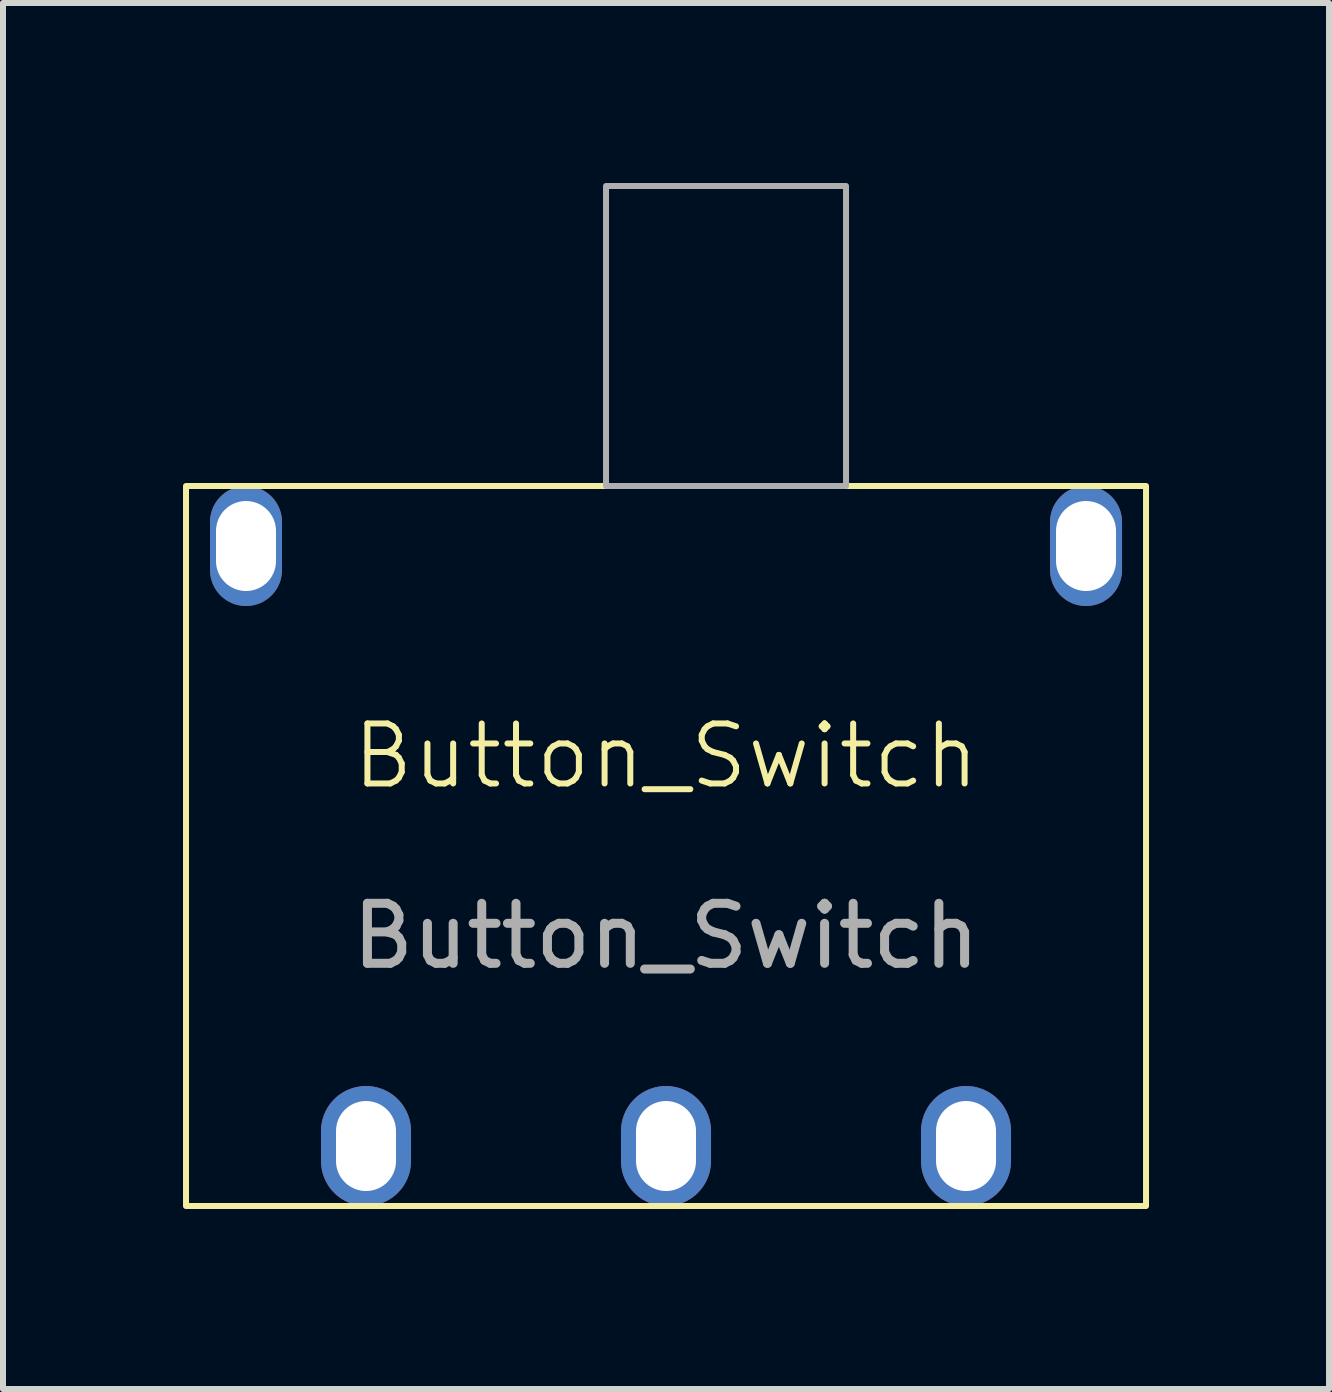
<source format=kicad_pcb>
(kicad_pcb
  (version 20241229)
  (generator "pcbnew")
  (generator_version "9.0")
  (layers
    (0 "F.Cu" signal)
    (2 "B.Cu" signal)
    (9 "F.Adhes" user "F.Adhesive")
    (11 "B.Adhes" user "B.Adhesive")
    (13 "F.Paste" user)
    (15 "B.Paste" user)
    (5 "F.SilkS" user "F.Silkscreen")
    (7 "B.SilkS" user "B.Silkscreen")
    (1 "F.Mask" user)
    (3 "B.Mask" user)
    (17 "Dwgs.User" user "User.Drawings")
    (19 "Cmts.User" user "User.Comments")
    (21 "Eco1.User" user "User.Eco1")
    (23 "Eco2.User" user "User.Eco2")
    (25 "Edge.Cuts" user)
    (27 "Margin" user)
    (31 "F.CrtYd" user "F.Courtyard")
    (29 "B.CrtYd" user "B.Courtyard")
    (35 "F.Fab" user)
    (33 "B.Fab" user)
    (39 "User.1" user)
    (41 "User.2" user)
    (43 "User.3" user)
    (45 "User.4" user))
  (footprint "Button_Switch"
    (layer "F.Cu")
    (at 8.05 10.05)
    (property "Reference" "Button_Switch" (at 0 -0.5 0) (unlocked yes) (layer "F.SilkS") (effects (font (size 1 1) (thickness 0.1))))
    (attr through_hole)
    (fp_rect (start -8 -5) (end 8 7) (stroke (width 0.1) (type default)) (fill no) (layer "F.SilkS"))
    (fp_rect (start -1 -10) (end 3 -5) (stroke (width 0.1) (type default)) (fill no) (layer "F.Fab"))
    (fp_text user "${REFERENCE}" (at 0 2.5 0) (unlocked yes) (layer "F.Fab") (effects (font (size 1 1) (thickness 0.15))))
    (pad "" np_thru_hole oval (at -7 -4) (size 1.2 2) (drill oval 1 1.5) (layers "*.Cu" "*.Mask"))
    (pad "" np_thru_hole oval (at 7 -4) (size 1.2 2) (drill oval 1 1.5) (layers "*.Cu" "*.Mask"))
    (pad "1" thru_hole oval (at -5 6) (size 1.5 2) (drill oval 1 1.5) (layers "*.Cu" "*.Mask"))
    (pad "2" thru_hole oval (at 0 6) (size 1.5 2) (drill oval 1 1.5) (layers "*.Cu" "*.Mask"))
    (pad "3" thru_hole oval (at 5 6) (size 1.5 2) (drill oval 1 1.5) (layers "*.Cu" "*.Mask")))
  (gr_rect
    (start -3 -3)
    (end 19.1 20.1)
    (stroke (width 0.1) (type default))
    (fill no)
    (layer "Edge.Cuts")))
</source>
